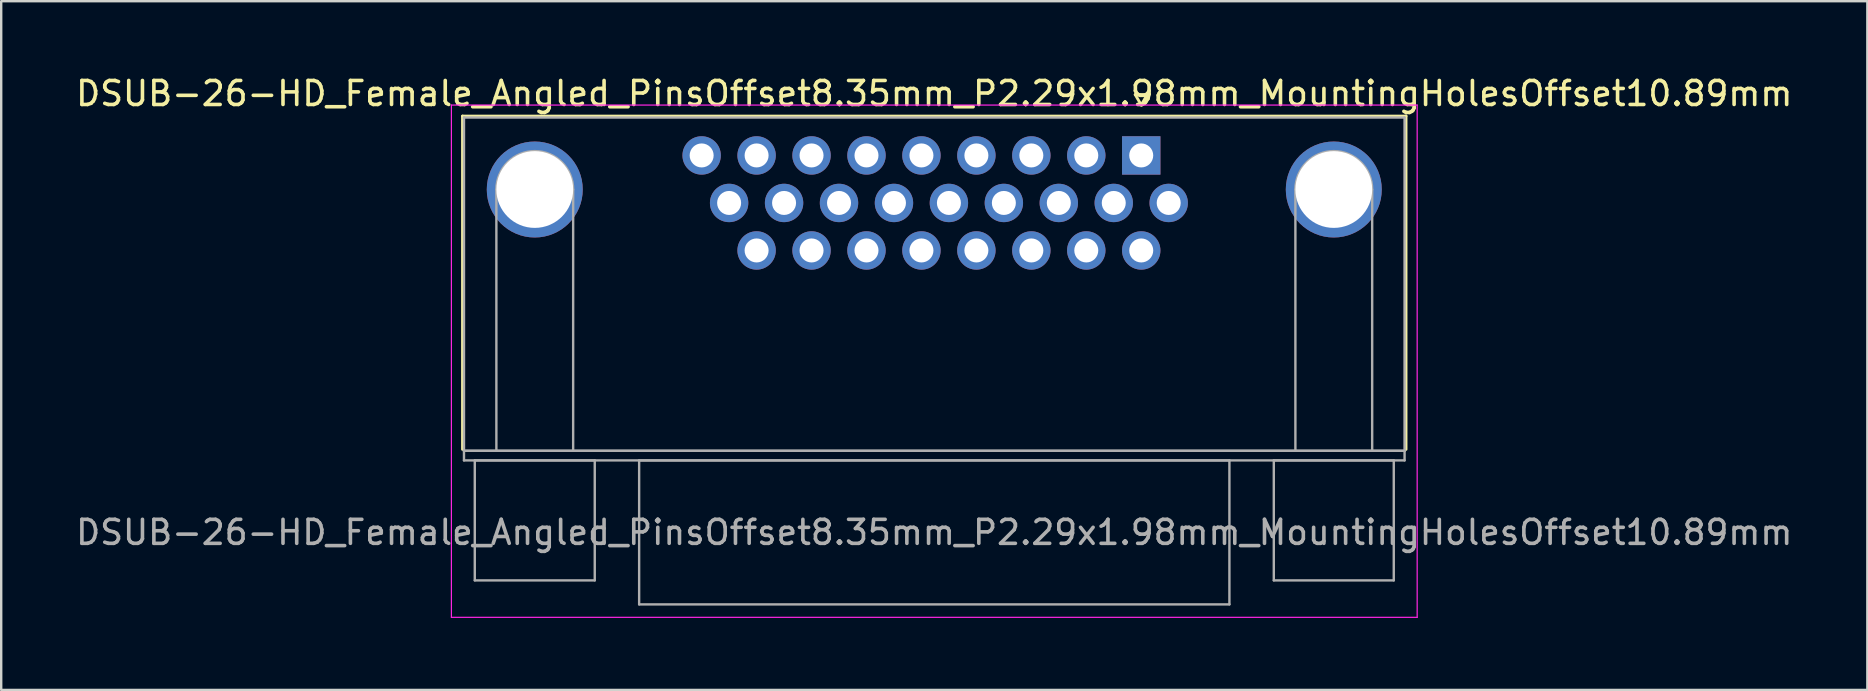
<source format=kicad_pcb>
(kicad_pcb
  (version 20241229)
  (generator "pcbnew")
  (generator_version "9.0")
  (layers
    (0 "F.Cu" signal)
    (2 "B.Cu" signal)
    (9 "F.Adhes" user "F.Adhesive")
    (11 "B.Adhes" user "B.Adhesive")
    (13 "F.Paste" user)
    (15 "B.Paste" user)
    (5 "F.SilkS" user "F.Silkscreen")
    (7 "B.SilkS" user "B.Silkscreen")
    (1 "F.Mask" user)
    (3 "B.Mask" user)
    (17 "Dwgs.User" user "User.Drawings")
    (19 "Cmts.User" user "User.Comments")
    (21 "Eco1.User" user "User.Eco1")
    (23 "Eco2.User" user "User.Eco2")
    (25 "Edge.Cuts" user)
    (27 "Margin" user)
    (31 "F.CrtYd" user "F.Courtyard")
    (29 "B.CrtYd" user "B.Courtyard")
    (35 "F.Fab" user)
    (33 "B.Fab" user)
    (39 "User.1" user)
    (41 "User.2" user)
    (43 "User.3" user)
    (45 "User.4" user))
  (footprint "DSUB-26-HD_Female_Angled_PinsOffset8.35mm_P2.29x1.98mm_MountingHolesOffset10.89mm"
    (layer "F.Cu")
    (at 44.512 3.428)
    (property "Reference" "DSUB-26-HD_Female_Angled_PinsOffset8.35mm_P2.29x1.98mm_MountingHolesOffset10.89mm" (at -8.625 -2.58 0) (layer "F.SilkS") (effects (font (size 1 1) (thickness 0.15))))
    (attr through_hole)
    (fp_line (start -28.285 -1.64) (end 11.035 -1.64) (stroke (width 0.12) (type solid)) (layer "F.SilkS"))
    (fp_line (start -28.285 12.25) (end -28.285 -1.64) (stroke (width 0.12) (type solid)) (layer "F.SilkS"))
    (fp_line (start -0.25 -2.534) (end 0.25 -2.534) (stroke (width 0.12) (type solid)) (layer "F.SilkS"))
    (fp_line (start 0 -2.101) (end -0.25 -2.534) (stroke (width 0.12) (type solid)) (layer "F.SilkS"))
    (fp_line (start 0.25 -2.534) (end 0 -2.101) (stroke (width 0.12) (type solid)) (layer "F.SilkS"))
    (fp_line (start 11.035 -1.64) (end 11.035 12.25) (stroke (width 0.12) (type solid)) (layer "F.SilkS"))
    (fp_line (start -28.75 -2.1) (end -28.75 19.25) (stroke (width 0.05) (type solid)) (layer "F.CrtYd"))
    (fp_line (start -28.75 19.25) (end 11.5 19.25) (stroke (width 0.05) (type solid)) (layer "F.CrtYd"))
    (fp_line (start 11.5 -2.1) (end -28.75 -2.1) (stroke (width 0.05) (type solid)) (layer "F.CrtYd"))
    (fp_line (start 11.5 19.25) (end 11.5 -2.1) (stroke (width 0.05) (type solid)) (layer "F.CrtYd"))
    (fp_line (start -28.225 -1.58) (end -28.225 12.31) (stroke (width 0.1) (type solid)) (layer "F.Fab"))
    (fp_line (start -28.225 12.31) (end -28.225 12.71) (stroke (width 0.1) (type solid)) (layer "F.Fab"))
    (fp_line (start -28.225 12.31) (end 10.975 12.31) (stroke (width 0.1) (type solid)) (layer "F.Fab"))
    (fp_line (start -28.225 12.71) (end 10.975 12.71) (stroke (width 0.1) (type solid)) (layer "F.Fab"))
    (fp_line (start -27.775 12.71) (end -27.775 17.71) (stroke (width 0.1) (type solid)) (layer "F.Fab"))
    (fp_line (start -27.775 17.71) (end -22.775 17.71) (stroke (width 0.1) (type solid)) (layer "F.Fab"))
    (fp_line (start -26.875 12.31) (end -26.875 1.42) (stroke (width 0.1) (type solid)) (layer "F.Fab"))
    (fp_line (start -23.675 12.31) (end -23.675 1.42) (stroke (width 0.1) (type solid)) (layer "F.Fab"))
    (fp_line (start -22.775 12.71) (end -27.775 12.71) (stroke (width 0.1) (type solid)) (layer "F.Fab"))
    (fp_line (start -22.775 17.71) (end -22.775 12.71) (stroke (width 0.1) (type solid)) (layer "F.Fab"))
    (fp_line (start -20.925 12.71) (end -20.925 18.71) (stroke (width 0.1) (type solid)) (layer "F.Fab"))
    (fp_line (start -20.925 18.71) (end 3.675 18.71) (stroke (width 0.1) (type solid)) (layer "F.Fab"))
    (fp_line (start 3.675 12.71) (end -20.925 12.71) (stroke (width 0.1) (type solid)) (layer "F.Fab"))
    (fp_line (start 3.675 18.71) (end 3.675 12.71) (stroke (width 0.1) (type solid)) (layer "F.Fab"))
    (fp_line (start 5.525 12.71) (end 5.525 17.71) (stroke (width 0.1) (type solid)) (layer "F.Fab"))
    (fp_line (start 5.525 17.71) (end 10.525 17.71) (stroke (width 0.1) (type solid)) (layer "F.Fab"))
    (fp_line (start 6.425 12.31) (end 6.425 1.42) (stroke (width 0.1) (type solid)) (layer "F.Fab"))
    (fp_line (start 9.625 12.31) (end 9.625 1.42) (stroke (width 0.1) (type solid)) (layer "F.Fab"))
    (fp_line (start 10.525 12.71) (end 5.525 12.71) (stroke (width 0.1) (type solid)) (layer "F.Fab"))
    (fp_line (start 10.525 17.71) (end 10.525 12.71) (stroke (width 0.1) (type solid)) (layer "F.Fab"))
    (fp_line (start 10.975 -1.58) (end -28.225 -1.58) (stroke (width 0.1) (type solid)) (layer "F.Fab"))
    (fp_line (start 10.975 12.31) (end -28.225 12.31) (stroke (width 0.1) (type solid)) (layer "F.Fab"))
    (fp_line (start 10.975 12.31) (end 10.975 -1.58) (stroke (width 0.1) (type solid)) (layer "F.Fab"))
    (fp_line (start 10.975 12.71) (end 10.975 12.31) (stroke (width 0.1) (type solid)) (layer "F.Fab"))
    (fp_arc (start -26.875 1.42) (mid -25.275 -0.18) (end -23.675 1.42) (stroke (width 0.1) (type solid)) (layer "F.Fab"))
    (fp_arc (start 6.425 1.42) (mid 8.025 -0.18) (end 9.625 1.42) (stroke (width 0.1) (type solid)) (layer "F.Fab"))
    (fp_text user "${REFERENCE}" (at -8.625 15.71 0) (layer "F.Fab") (effects (font (size 1 1) (thickness 0.15))))
    (pad "0" thru_hole circle (at -25.275 1.42) (size 4 4) (drill 3.2) (layers "*.Cu" "*.Mask"))
    (pad "0" thru_hole circle (at 8.025 1.42) (size 4 4) (drill 3.2) (layers "*.Cu" "*.Mask"))
    (pad "1" thru_hole rect (at 0 0) (size 1.6 1.6) (drill 1) (layers "*.Cu" "*.Mask"))
    (pad "2" thru_hole circle (at -2.29 0) (size 1.6 1.6) (drill 1) (layers "*.Cu" "*.Mask"))
    (pad "3" thru_hole circle (at -4.58 0) (size 1.6 1.6) (drill 1) (layers "*.Cu" "*.Mask"))
    (pad "4" thru_hole circle (at -6.87 0) (size 1.6 1.6) (drill 1) (layers "*.Cu" "*.Mask"))
    (pad "5" thru_hole circle (at -9.16 0) (size 1.6 1.6) (drill 1) (layers "*.Cu" "*.Mask"))
    (pad "6" thru_hole circle (at -11.45 0) (size 1.6 1.6) (drill 1) (layers "*.Cu" "*.Mask"))
    (pad "7" thru_hole circle (at -13.74 0) (size 1.6 1.6) (drill 1) (layers "*.Cu" "*.Mask"))
    (pad "8" thru_hole circle (at -16.03 0) (size 1.6 1.6) (drill 1) (layers "*.Cu" "*.Mask"))
    (pad "9" thru_hole circle (at -18.32 0) (size 1.6 1.6) (drill 1) (layers "*.Cu" "*.Mask"))
    (pad "10" thru_hole circle (at 1.145 1.98) (size 1.6 1.6) (drill 1) (layers "*.Cu" "*.Mask"))
    (pad "11" thru_hole circle (at -1.145 1.98) (size 1.6 1.6) (drill 1) (layers "*.Cu" "*.Mask"))
    (pad "12" thru_hole circle (at -3.435 1.98) (size 1.6 1.6) (drill 1) (layers "*.Cu" "*.Mask"))
    (pad "13" thru_hole circle (at -5.725 1.98) (size 1.6 1.6) (drill 1) (layers "*.Cu" "*.Mask"))
    (pad "14" thru_hole circle (at -8.015 1.98) (size 1.6 1.6) (drill 1) (layers "*.Cu" "*.Mask"))
    (pad "15" thru_hole circle (at -10.305 1.98) (size 1.6 1.6) (drill 1) (layers "*.Cu" "*.Mask"))
    (pad "16" thru_hole circle (at -12.595 1.98) (size 1.6 1.6) (drill 1) (layers "*.Cu" "*.Mask"))
    (pad "17" thru_hole circle (at -14.885 1.98) (size 1.6 1.6) (drill 1) (layers "*.Cu" "*.Mask"))
    (pad "18" thru_hole circle (at -17.175 1.98) (size 1.6 1.6) (drill 1) (layers "*.Cu" "*.Mask"))
    (pad "19" thru_hole circle (at 0 3.96) (size 1.6 1.6) (drill 1) (layers "*.Cu" "*.Mask"))
    (pad "20" thru_hole circle (at -2.29 3.96) (size 1.6 1.6) (drill 1) (layers "*.Cu" "*.Mask"))
    (pad "21" thru_hole circle (at -4.58 3.96) (size 1.6 1.6) (drill 1) (layers "*.Cu" "*.Mask"))
    (pad "22" thru_hole circle (at -6.87 3.96) (size 1.6 1.6) (drill 1) (layers "*.Cu" "*.Mask"))
    (pad "23" thru_hole circle (at -9.16 3.96) (size 1.6 1.6) (drill 1) (layers "*.Cu" "*.Mask"))
    (pad "24" thru_hole circle (at -11.45 3.96) (size 1.6 1.6) (drill 1) (layers "*.Cu" "*.Mask"))
    (pad "25" thru_hole circle (at -13.74 3.96) (size 1.6 1.6) (drill 1) (layers "*.Cu" "*.Mask"))
    (pad "26" thru_hole circle (at -16.03 3.96) (size 1.6 1.6) (drill 1) (layers "*.Cu" "*.Mask")))
  (gr_rect
    (start -3 -3)
    (end 74.774 25.703)
    (stroke (width 0.1) (type default))
    (fill no)
    (layer "Edge.Cuts")))
</source>
